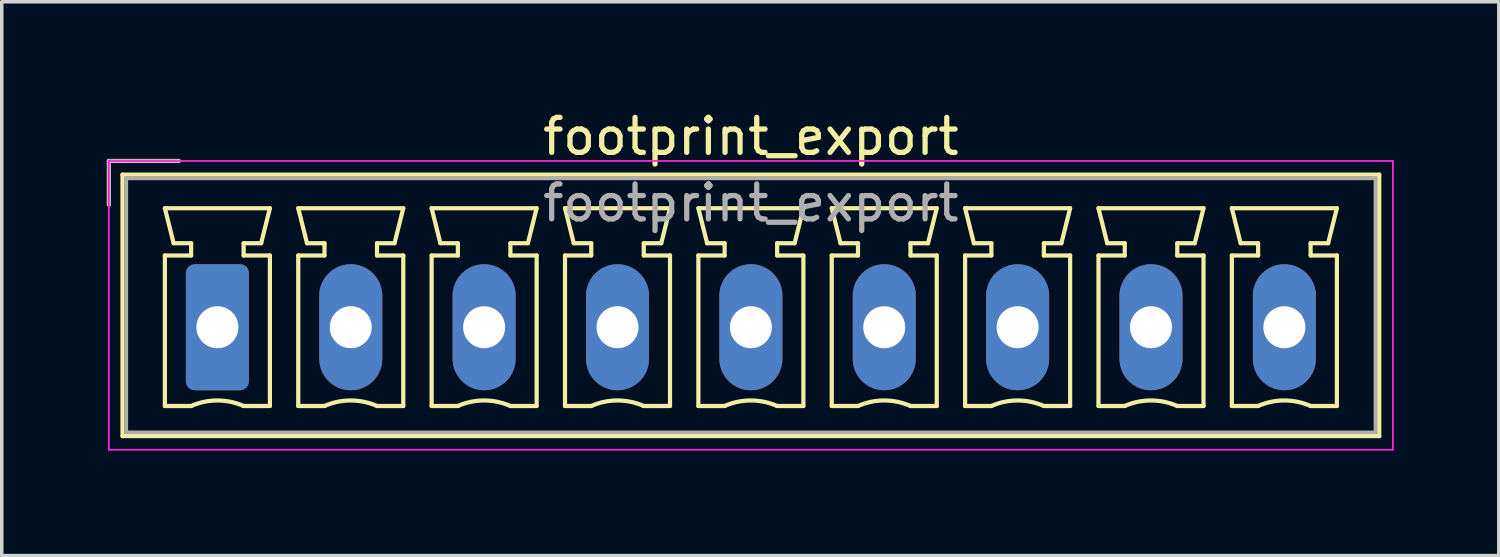
<source format=kicad_pcb>
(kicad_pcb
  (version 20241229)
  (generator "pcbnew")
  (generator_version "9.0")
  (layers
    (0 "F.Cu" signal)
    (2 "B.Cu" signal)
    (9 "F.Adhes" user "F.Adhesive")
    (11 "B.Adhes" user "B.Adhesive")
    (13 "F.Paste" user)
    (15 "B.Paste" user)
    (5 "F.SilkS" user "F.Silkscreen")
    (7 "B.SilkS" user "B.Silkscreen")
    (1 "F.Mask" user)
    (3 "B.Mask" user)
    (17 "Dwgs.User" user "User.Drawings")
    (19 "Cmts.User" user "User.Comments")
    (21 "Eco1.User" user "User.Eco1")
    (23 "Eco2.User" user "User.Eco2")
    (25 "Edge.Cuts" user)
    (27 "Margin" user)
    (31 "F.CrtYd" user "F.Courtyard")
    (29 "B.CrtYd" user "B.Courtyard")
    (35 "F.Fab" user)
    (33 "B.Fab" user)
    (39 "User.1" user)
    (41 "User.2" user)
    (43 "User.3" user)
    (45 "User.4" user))
  (footprint "footprint_export"
    (layer "F.Cu")
    (at 3.16 6.298)
    (property "Reference" "footprint_export" (at 15.24 -5.45 0) (layer "F.SilkS") (effects (font (size 1 1) (thickness 0.15))))
    (attr through_hole)
    (fp_line (start -3.1 -4.75) (end -1.1 -4.75) (stroke (width 0.12) (type solid)) (layer "F.SilkS"))
    (fp_line (start -3.1 -3.5) (end -3.1 -4.75) (stroke (width 0.12) (type solid)) (layer "F.SilkS"))
    (fp_line (start -2.71 -4.36) (end -2.71 3.11) (stroke (width 0.12) (type solid)) (layer "F.SilkS"))
    (fp_line (start -2.71 3.11) (end 33.19 3.11) (stroke (width 0.12) (type solid)) (layer "F.SilkS"))
    (fp_line (start -1.5 -3.4) (end 1.5 -3.4) (stroke (width 0.12) (type solid)) (layer "F.SilkS"))
    (fp_line (start -1.5 -2.05) (end -0.75 -2.05) (stroke (width 0.12) (type solid)) (layer "F.SilkS"))
    (fp_line (start -1.5 2.25) (end -1.5 -2.05) (stroke (width 0.12) (type solid)) (layer "F.SilkS"))
    (fp_line (start -1.25 -2.4) (end -1.5 -3.4) (stroke (width 0.12) (type solid)) (layer "F.SilkS"))
    (fp_line (start -0.75 -2.4) (end -1.25 -2.4) (stroke (width 0.12) (type solid)) (layer "F.SilkS"))
    (fp_line (start -0.75 -2.05) (end -0.75 -2.4) (stroke (width 0.12) (type solid)) (layer "F.SilkS"))
    (fp_line (start -0.75 2.25) (end -1.5 2.25) (stroke (width 0.12) (type solid)) (layer "F.SilkS"))
    (fp_line (start 0.75 -2.4) (end 0.75 -2.05) (stroke (width 0.12) (type solid)) (layer "F.SilkS"))
    (fp_line (start 0.75 -2.05) (end 1.5 -2.05) (stroke (width 0.12) (type solid)) (layer "F.SilkS"))
    (fp_line (start 1.25 -2.4) (end 0.75 -2.4) (stroke (width 0.12) (type solid)) (layer "F.SilkS"))
    (fp_line (start 1.5 -3.4) (end 1.25 -2.4) (stroke (width 0.12) (type solid)) (layer "F.SilkS"))
    (fp_line (start 1.5 -2.05) (end 1.5 2.25) (stroke (width 0.12) (type solid)) (layer "F.SilkS"))
    (fp_line (start 1.5 2.25) (end 0.75 2.25) (stroke (width 0.12) (type solid)) (layer "F.SilkS"))
    (fp_line (start 2.31 -3.4) (end 5.31 -3.4) (stroke (width 0.12) (type solid)) (layer "F.SilkS"))
    (fp_line (start 2.31 -2.05) (end 3.06 -2.05) (stroke (width 0.12) (type solid)) (layer "F.SilkS"))
    (fp_line (start 2.31 2.25) (end 2.31 -2.05) (stroke (width 0.12) (type solid)) (layer "F.SilkS"))
    (fp_line (start 2.56 -2.4) (end 2.31 -3.4) (stroke (width 0.12) (type solid)) (layer "F.SilkS"))
    (fp_line (start 3.06 -2.4) (end 2.56 -2.4) (stroke (width 0.12) (type solid)) (layer "F.SilkS"))
    (fp_line (start 3.06 -2.05) (end 3.06 -2.4) (stroke (width 0.12) (type solid)) (layer "F.SilkS"))
    (fp_line (start 3.06 2.25) (end 2.31 2.25) (stroke (width 0.12) (type solid)) (layer "F.SilkS"))
    (fp_line (start 4.56 -2.4) (end 4.56 -2.05) (stroke (width 0.12) (type solid)) (layer "F.SilkS"))
    (fp_line (start 4.56 -2.05) (end 5.31 -2.05) (stroke (width 0.12) (type solid)) (layer "F.SilkS"))
    (fp_line (start 5.06 -2.4) (end 4.56 -2.4) (stroke (width 0.12) (type solid)) (layer "F.SilkS"))
    (fp_line (start 5.31 -3.4) (end 5.06 -2.4) (stroke (width 0.12) (type solid)) (layer "F.SilkS"))
    (fp_line (start 5.31 -2.05) (end 5.31 2.25) (stroke (width 0.12) (type solid)) (layer "F.SilkS"))
    (fp_line (start 5.31 2.25) (end 4.56 2.25) (stroke (width 0.12) (type solid)) (layer "F.SilkS"))
    (fp_line (start 6.12 -3.4) (end 9.12 -3.4) (stroke (width 0.12) (type solid)) (layer "F.SilkS"))
    (fp_line (start 6.12 -2.05) (end 6.87 -2.05) (stroke (width 0.12) (type solid)) (layer "F.SilkS"))
    (fp_line (start 6.12 2.25) (end 6.12 -2.05) (stroke (width 0.12) (type solid)) (layer "F.SilkS"))
    (fp_line (start 6.37 -2.4) (end 6.12 -3.4) (stroke (width 0.12) (type solid)) (layer "F.SilkS"))
    (fp_line (start 6.87 -2.4) (end 6.37 -2.4) (stroke (width 0.12) (type solid)) (layer "F.SilkS"))
    (fp_line (start 6.87 -2.05) (end 6.87 -2.4) (stroke (width 0.12) (type solid)) (layer "F.SilkS"))
    (fp_line (start 6.87 2.25) (end 6.12 2.25) (stroke (width 0.12) (type solid)) (layer "F.SilkS"))
    (fp_line (start 8.37 -2.4) (end 8.37 -2.05) (stroke (width 0.12) (type solid)) (layer "F.SilkS"))
    (fp_line (start 8.37 -2.05) (end 9.12 -2.05) (stroke (width 0.12) (type solid)) (layer "F.SilkS"))
    (fp_line (start 8.87 -2.4) (end 8.37 -2.4) (stroke (width 0.12) (type solid)) (layer "F.SilkS"))
    (fp_line (start 9.12 -3.4) (end 8.87 -2.4) (stroke (width 0.12) (type solid)) (layer "F.SilkS"))
    (fp_line (start 9.12 -2.05) (end 9.12 2.25) (stroke (width 0.12) (type solid)) (layer "F.SilkS"))
    (fp_line (start 9.12 2.25) (end 8.37 2.25) (stroke (width 0.12) (type solid)) (layer "F.SilkS"))
    (fp_line (start 9.93 -3.4) (end 12.93 -3.4) (stroke (width 0.12) (type solid)) (layer "F.SilkS"))
    (fp_line (start 9.93 -2.05) (end 10.68 -2.05) (stroke (width 0.12) (type solid)) (layer "F.SilkS"))
    (fp_line (start 9.93 2.25) (end 9.93 -2.05) (stroke (width 0.12) (type solid)) (layer "F.SilkS"))
    (fp_line (start 10.18 -2.4) (end 9.93 -3.4) (stroke (width 0.12) (type solid)) (layer "F.SilkS"))
    (fp_line (start 10.68 -2.4) (end 10.18 -2.4) (stroke (width 0.12) (type solid)) (layer "F.SilkS"))
    (fp_line (start 10.68 -2.05) (end 10.68 -2.4) (stroke (width 0.12) (type solid)) (layer "F.SilkS"))
    (fp_line (start 10.68 2.25) (end 9.93 2.25) (stroke (width 0.12) (type solid)) (layer "F.SilkS"))
    (fp_line (start 12.18 -2.4) (end 12.18 -2.05) (stroke (width 0.12) (type solid)) (layer "F.SilkS"))
    (fp_line (start 12.18 -2.05) (end 12.93 -2.05) (stroke (width 0.12) (type solid)) (layer "F.SilkS"))
    (fp_line (start 12.68 -2.4) (end 12.18 -2.4) (stroke (width 0.12) (type solid)) (layer "F.SilkS"))
    (fp_line (start 12.93 -3.4) (end 12.68 -2.4) (stroke (width 0.12) (type solid)) (layer "F.SilkS"))
    (fp_line (start 12.93 -2.05) (end 12.93 2.25) (stroke (width 0.12) (type solid)) (layer "F.SilkS"))
    (fp_line (start 12.93 2.25) (end 12.18 2.25) (stroke (width 0.12) (type solid)) (layer "F.SilkS"))
    (fp_line (start 13.74 -3.4) (end 16.74 -3.4) (stroke (width 0.12) (type solid)) (layer "F.SilkS"))
    (fp_line (start 13.74 -2.05) (end 14.49 -2.05) (stroke (width 0.12) (type solid)) (layer "F.SilkS"))
    (fp_line (start 13.74 2.25) (end 13.74 -2.05) (stroke (width 0.12) (type solid)) (layer "F.SilkS"))
    (fp_line (start 13.99 -2.4) (end 13.74 -3.4) (stroke (width 0.12) (type solid)) (layer "F.SilkS"))
    (fp_line (start 14.49 -2.4) (end 13.99 -2.4) (stroke (width 0.12) (type solid)) (layer "F.SilkS"))
    (fp_line (start 14.49 -2.05) (end 14.49 -2.4) (stroke (width 0.12) (type solid)) (layer "F.SilkS"))
    (fp_line (start 14.49 2.25) (end 13.74 2.25) (stroke (width 0.12) (type solid)) (layer "F.SilkS"))
    (fp_line (start 15.99 -2.4) (end 15.99 -2.05) (stroke (width 0.12) (type solid)) (layer "F.SilkS"))
    (fp_line (start 15.99 -2.05) (end 16.74 -2.05) (stroke (width 0.12) (type solid)) (layer "F.SilkS"))
    (fp_line (start 16.49 -2.4) (end 15.99 -2.4) (stroke (width 0.12) (type solid)) (layer "F.SilkS"))
    (fp_line (start 16.74 -3.4) (end 16.49 -2.4) (stroke (width 0.12) (type solid)) (layer "F.SilkS"))
    (fp_line (start 16.74 -2.05) (end 16.74 2.25) (stroke (width 0.12) (type solid)) (layer "F.SilkS"))
    (fp_line (start 16.74 2.25) (end 15.99 2.25) (stroke (width 0.12) (type solid)) (layer "F.SilkS"))
    (fp_line (start 17.55 -3.4) (end 20.55 -3.4) (stroke (width 0.12) (type solid)) (layer "F.SilkS"))
    (fp_line (start 17.55 -2.05) (end 18.3 -2.05) (stroke (width 0.12) (type solid)) (layer "F.SilkS"))
    (fp_line (start 17.55 2.25) (end 17.55 -2.05) (stroke (width 0.12) (type solid)) (layer "F.SilkS"))
    (fp_line (start 17.8 -2.4) (end 17.55 -3.4) (stroke (width 0.12) (type solid)) (layer "F.SilkS"))
    (fp_line (start 18.3 -2.4) (end 17.8 -2.4) (stroke (width 0.12) (type solid)) (layer "F.SilkS"))
    (fp_line (start 18.3 -2.05) (end 18.3 -2.4) (stroke (width 0.12) (type solid)) (layer "F.SilkS"))
    (fp_line (start 18.3 2.25) (end 17.55 2.25) (stroke (width 0.12) (type solid)) (layer "F.SilkS"))
    (fp_line (start 19.8 -2.4) (end 19.8 -2.05) (stroke (width 0.12) (type solid)) (layer "F.SilkS"))
    (fp_line (start 19.8 -2.05) (end 20.55 -2.05) (stroke (width 0.12) (type solid)) (layer "F.SilkS"))
    (fp_line (start 20.3 -2.4) (end 19.8 -2.4) (stroke (width 0.12) (type solid)) (layer "F.SilkS"))
    (fp_line (start 20.55 -3.4) (end 20.3 -2.4) (stroke (width 0.12) (type solid)) (layer "F.SilkS"))
    (fp_line (start 20.55 -2.05) (end 20.55 2.25) (stroke (width 0.12) (type solid)) (layer "F.SilkS"))
    (fp_line (start 20.55 2.25) (end 19.8 2.25) (stroke (width 0.12) (type solid)) (layer "F.SilkS"))
    (fp_line (start 21.36 -3.4) (end 24.36 -3.4) (stroke (width 0.12) (type solid)) (layer "F.SilkS"))
    (fp_line (start 21.36 -2.05) (end 22.11 -2.05) (stroke (width 0.12) (type solid)) (layer "F.SilkS"))
    (fp_line (start 21.36 2.25) (end 21.36 -2.05) (stroke (width 0.12) (type solid)) (layer "F.SilkS"))
    (fp_line (start 21.61 -2.4) (end 21.36 -3.4) (stroke (width 0.12) (type solid)) (layer "F.SilkS"))
    (fp_line (start 22.11 -2.4) (end 21.61 -2.4) (stroke (width 0.12) (type solid)) (layer "F.SilkS"))
    (fp_line (start 22.11 -2.05) (end 22.11 -2.4) (stroke (width 0.12) (type solid)) (layer "F.SilkS"))
    (fp_line (start 22.11 2.25) (end 21.36 2.25) (stroke (width 0.12) (type solid)) (layer "F.SilkS"))
    (fp_line (start 23.61 -2.4) (end 23.61 -2.05) (stroke (width 0.12) (type solid)) (layer "F.SilkS"))
    (fp_line (start 23.61 -2.05) (end 24.36 -2.05) (stroke (width 0.12) (type solid)) (layer "F.SilkS"))
    (fp_line (start 24.11 -2.4) (end 23.61 -2.4) (stroke (width 0.12) (type solid)) (layer "F.SilkS"))
    (fp_line (start 24.36 -3.4) (end 24.11 -2.4) (stroke (width 0.12) (type solid)) (layer "F.SilkS"))
    (fp_line (start 24.36 -2.05) (end 24.36 2.25) (stroke (width 0.12) (type solid)) (layer "F.SilkS"))
    (fp_line (start 24.36 2.25) (end 23.61 2.25) (stroke (width 0.12) (type solid)) (layer "F.SilkS"))
    (fp_line (start 25.17 -3.4) (end 28.17 -3.4) (stroke (width 0.12) (type solid)) (layer "F.SilkS"))
    (fp_line (start 25.17 -2.05) (end 25.92 -2.05) (stroke (width 0.12) (type solid)) (layer "F.SilkS"))
    (fp_line (start 25.17 2.25) (end 25.17 -2.05) (stroke (width 0.12) (type solid)) (layer "F.SilkS"))
    (fp_line (start 25.42 -2.4) (end 25.17 -3.4) (stroke (width 0.12) (type solid)) (layer "F.SilkS"))
    (fp_line (start 25.92 -2.4) (end 25.42 -2.4) (stroke (width 0.12) (type solid)) (layer "F.SilkS"))
    (fp_line (start 25.92 -2.05) (end 25.92 -2.4) (stroke (width 0.12) (type solid)) (layer "F.SilkS"))
    (fp_line (start 25.92 2.25) (end 25.17 2.25) (stroke (width 0.12) (type solid)) (layer "F.SilkS"))
    (fp_line (start 27.42 -2.4) (end 27.42 -2.05) (stroke (width 0.12) (type solid)) (layer "F.SilkS"))
    (fp_line (start 27.42 -2.05) (end 28.17 -2.05) (stroke (width 0.12) (type solid)) (layer "F.SilkS"))
    (fp_line (start 27.92 -2.4) (end 27.42 -2.4) (stroke (width 0.12) (type solid)) (layer "F.SilkS"))
    (fp_line (start 28.17 -3.4) (end 27.92 -2.4) (stroke (width 0.12) (type solid)) (layer "F.SilkS"))
    (fp_line (start 28.17 -2.05) (end 28.17 2.25) (stroke (width 0.12) (type solid)) (layer "F.SilkS"))
    (fp_line (start 28.17 2.25) (end 27.42 2.25) (stroke (width 0.12) (type solid)) (layer "F.SilkS"))
    (fp_line (start 28.98 -3.4) (end 31.98 -3.4) (stroke (width 0.12) (type solid)) (layer "F.SilkS"))
    (fp_line (start 28.98 -2.05) (end 29.73 -2.05) (stroke (width 0.12) (type solid)) (layer "F.SilkS"))
    (fp_line (start 28.98 2.25) (end 28.98 -2.05) (stroke (width 0.12) (type solid)) (layer "F.SilkS"))
    (fp_line (start 29.23 -2.4) (end 28.98 -3.4) (stroke (width 0.12) (type solid)) (layer "F.SilkS"))
    (fp_line (start 29.73 -2.4) (end 29.23 -2.4) (stroke (width 0.12) (type solid)) (layer "F.SilkS"))
    (fp_line (start 29.73 -2.05) (end 29.73 -2.4) (stroke (width 0.12) (type solid)) (layer "F.SilkS"))
    (fp_line (start 29.73 2.25) (end 28.98 2.25) (stroke (width 0.12) (type solid)) (layer "F.SilkS"))
    (fp_line (start 31.23 -2.4) (end 31.23 -2.05) (stroke (width 0.12) (type solid)) (layer "F.SilkS"))
    (fp_line (start 31.23 -2.05) (end 31.98 -2.05) (stroke (width 0.12) (type solid)) (layer "F.SilkS"))
    (fp_line (start 31.73 -2.4) (end 31.23 -2.4) (stroke (width 0.12) (type solid)) (layer "F.SilkS"))
    (fp_line (start 31.98 -3.4) (end 31.73 -2.4) (stroke (width 0.12) (type solid)) (layer "F.SilkS"))
    (fp_line (start 31.98 -2.05) (end 31.98 2.25) (stroke (width 0.12) (type solid)) (layer "F.SilkS"))
    (fp_line (start 31.98 2.25) (end 31.23 2.25) (stroke (width 0.12) (type solid)) (layer "F.SilkS"))
    (fp_line (start 33.19 -4.36) (end -2.71 -4.36) (stroke (width 0.12) (type solid)) (layer "F.SilkS"))
    (fp_line (start 33.19 3.11) (end 33.19 -4.36) (stroke (width 0.12) (type solid)) (layer "F.SilkS"))
    (fp_arc (start -0.75 2.25) (mid -0.000193 2.09191) (end 0.749647 2.249844) (stroke (width 0.12) (type solid)) (layer "F.SilkS"))
    (fp_arc (start 3.06 2.25) (mid 3.809807 2.09191) (end 4.559647 2.249844) (stroke (width 0.12) (type solid)) (layer "F.SilkS"))
    (fp_arc (start 6.87 2.25) (mid 7.619807 2.09191) (end 8.369647 2.249844) (stroke (width 0.12) (type solid)) (layer "F.SilkS"))
    (fp_arc (start 10.68 2.25) (mid 11.429807 2.09191) (end 12.179647 2.249844) (stroke (width 0.12) (type solid)) (layer "F.SilkS"))
    (fp_arc (start 14.49 2.25) (mid 15.239807 2.09191) (end 15.989647 2.249844) (stroke (width 0.12) (type solid)) (layer "F.SilkS"))
    (fp_arc (start 18.3 2.25) (mid 19.049807 2.09191) (end 19.799647 2.249844) (stroke (width 0.12) (type solid)) (layer "F.SilkS"))
    (fp_arc (start 22.11 2.25) (mid 22.859807 2.09191) (end 23.609647 2.249844) (stroke (width 0.12) (type solid)) (layer "F.SilkS"))
    (fp_arc (start 25.92 2.25) (mid 26.669807 2.09191) (end 27.419647 2.249844) (stroke (width 0.12) (type solid)) (layer "F.SilkS"))
    (fp_arc (start 29.73 2.25) (mid 30.479807 2.09191) (end 31.229647 2.249844) (stroke (width 0.12) (type solid)) (layer "F.SilkS"))
    (fp_line (start -3.1 -4.75) (end -3.1 3.5) (stroke (width 0.05) (type solid)) (layer "F.CrtYd"))
    (fp_line (start -3.1 3.5) (end 33.58 3.5) (stroke (width 0.05) (type solid)) (layer "F.CrtYd"))
    (fp_line (start 33.58 -4.75) (end -3.1 -4.75) (stroke (width 0.05) (type solid)) (layer "F.CrtYd"))
    (fp_line (start 33.58 3.5) (end 33.58 -4.75) (stroke (width 0.05) (type solid)) (layer "F.CrtYd"))
    (fp_line (start -3.1 -4.75) (end -1.1 -4.75) (stroke (width 0.1) (type solid)) (layer "F.Fab"))
    (fp_line (start -3.1 -3.5) (end -3.1 -4.75) (stroke (width 0.1) (type solid)) (layer "F.Fab"))
    (fp_line (start -2.6 -4.25) (end -2.6 3) (stroke (width 0.1) (type solid)) (layer "F.Fab"))
    (fp_line (start -2.6 3) (end 33.08 3) (stroke (width 0.1) (type solid)) (layer "F.Fab"))
    (fp_line (start 33.08 -4.25) (end -2.6 -4.25) (stroke (width 0.1) (type solid)) (layer "F.Fab"))
    (fp_line (start 33.08 3) (end 33.08 -4.25) (stroke (width 0.1) (type solid)) (layer "F.Fab"))
    (fp_text user "${REFERENCE}" (at 15.24 -3.55 0) (layer "F.Fab") (effects (font (size 1 1) (thickness 0.15))))
    (pad "1" thru_hole roundrect (at 0 0) (size 1.8 3.6) (drill 1.2) (layers "*.Cu" "*.Mask") (roundrect_rratio 0.139))
    (pad "2" thru_hole oval (at 3.81 0) (size 1.8 3.6) (drill 1.2) (layers "*.Cu" "*.Mask"))
    (pad "3" thru_hole oval (at 7.62 0) (size 1.8 3.6) (drill 1.2) (layers "*.Cu" "*.Mask"))
    (pad "4" thru_hole oval (at 11.43 0) (size 1.8 3.6) (drill 1.2) (layers "*.Cu" "*.Mask"))
    (pad "5" thru_hole oval (at 15.24 0) (size 1.8 3.6) (drill 1.2) (layers "*.Cu" "*.Mask"))
    (pad "6" thru_hole oval (at 19.05 0) (size 1.8 3.6) (drill 1.2) (layers "*.Cu" "*.Mask"))
    (pad "7" thru_hole oval (at 22.86 0) (size 1.8 3.6) (drill 1.2) (layers "*.Cu" "*.Mask"))
    (pad "8" thru_hole oval (at 26.67 0) (size 1.8 3.6) (drill 1.2) (layers "*.Cu" "*.Mask"))
    (pad "9" thru_hole oval (at 30.48 0) (size 1.8 3.6) (drill 1.2) (layers "*.Cu" "*.Mask")))
  (gr_rect
    (start -3 -3)
    (end 39.765 12.823)
    (stroke (width 0.1) (type default))
    (fill no)
    (layer "Edge.Cuts")))
</source>
